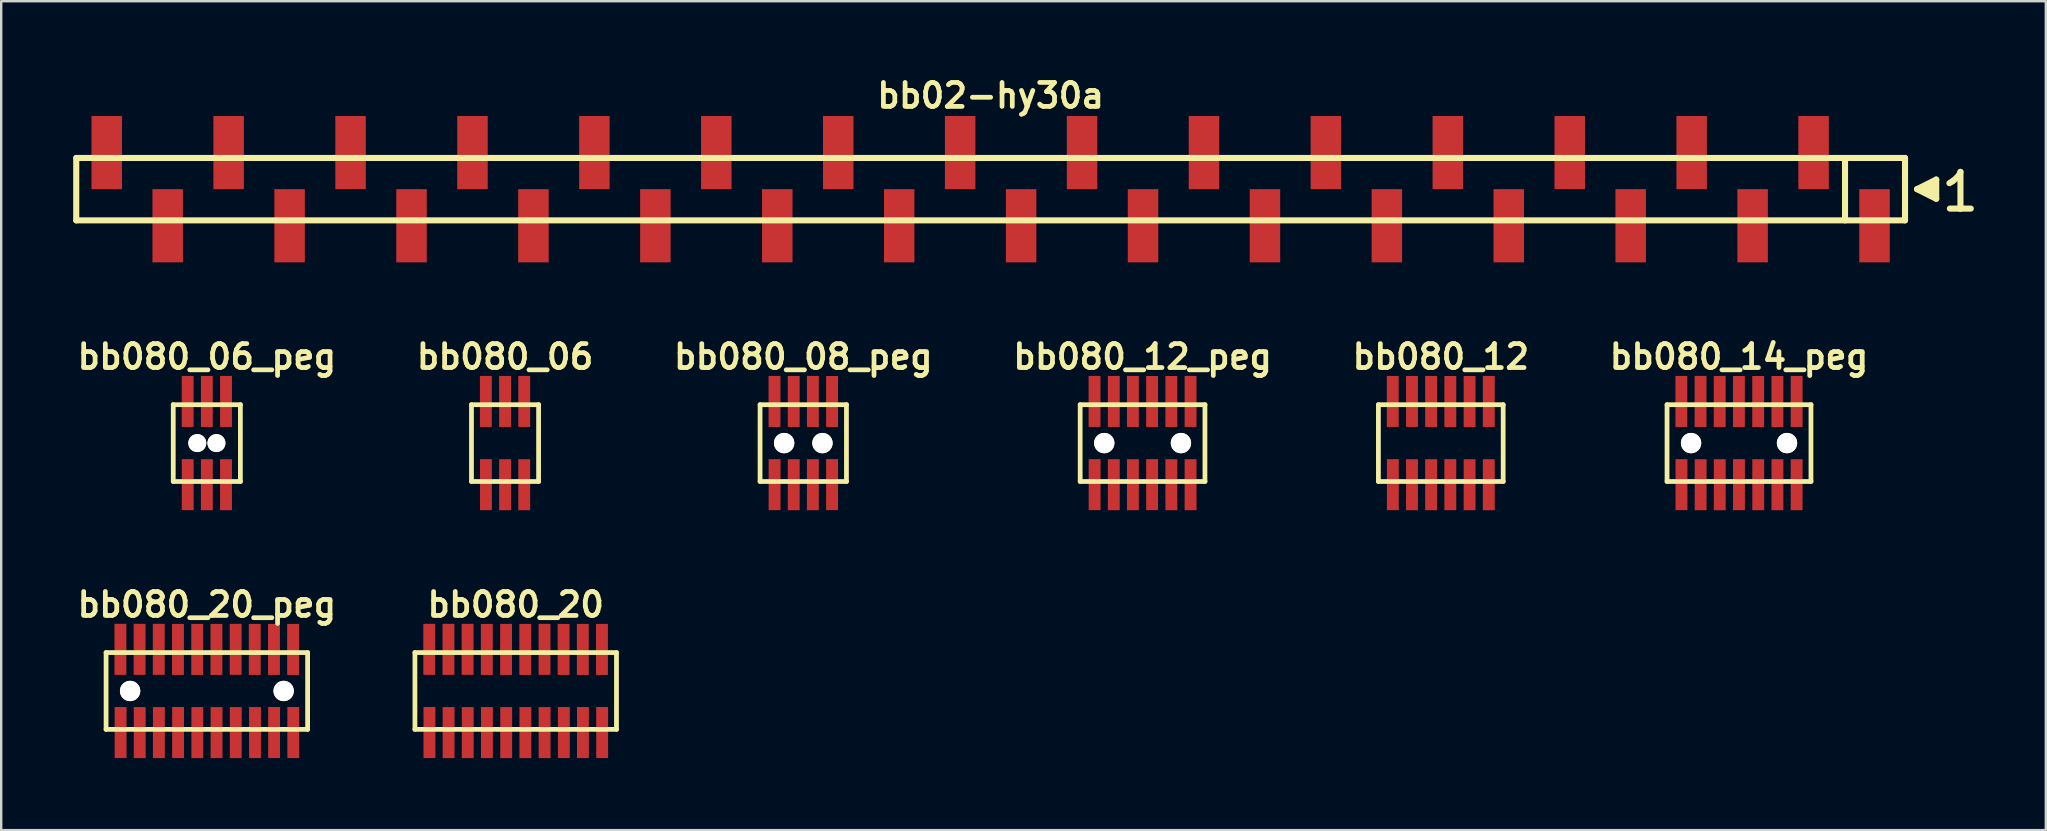
<source format=kicad_pcb>
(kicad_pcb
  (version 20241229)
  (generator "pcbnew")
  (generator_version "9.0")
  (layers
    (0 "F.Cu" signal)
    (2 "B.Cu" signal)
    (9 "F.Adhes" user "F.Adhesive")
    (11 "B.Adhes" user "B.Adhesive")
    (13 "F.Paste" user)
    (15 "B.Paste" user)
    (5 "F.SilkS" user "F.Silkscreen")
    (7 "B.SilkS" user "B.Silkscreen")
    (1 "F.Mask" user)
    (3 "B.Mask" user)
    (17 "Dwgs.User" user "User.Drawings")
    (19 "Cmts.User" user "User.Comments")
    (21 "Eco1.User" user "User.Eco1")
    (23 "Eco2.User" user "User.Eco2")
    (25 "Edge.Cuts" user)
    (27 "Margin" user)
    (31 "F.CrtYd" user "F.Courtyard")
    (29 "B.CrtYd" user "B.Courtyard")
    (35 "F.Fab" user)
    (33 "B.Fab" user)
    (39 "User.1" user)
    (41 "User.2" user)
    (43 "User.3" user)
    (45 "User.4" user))
  (footprint "bb080_20_peg"
    (layer "F.Cu")
    (at 5.569 25.741)
    (property "Reference" "bb080_20_peg" (at 0 -3.599 0) (layer "F.SilkS") (effects (font (size 0.998 0.998) (thickness 0.198))))
    (attr smd)
    (fp_line (start -4.201 -1.6) (end 4.201 -1.6) (stroke (width 0.198) (type solid)) (layer "F.SilkS"))
    (fp_line (start -4.199 -1.6) (end -4.199 1.6) (stroke (width 0.198) (type solid)) (layer "F.SilkS"))
    (fp_line (start 4.199 1.6) (end 4.199 -1.6) (stroke (width 0.198) (type solid)) (layer "F.SilkS"))
    (fp_line (start 4.201 1.6) (end -4.201 1.6) (stroke (width 0.198) (type solid)) (layer "F.SilkS"))
    (pad "" np_thru_hole circle (at -3.198 0) (size 0.848 0.848) (drill 0.848) (layers "*.Cu" "*.Mask" "F.SilkS"))
    (pad "" np_thru_hole circle (at 3.2 0) (size 0.848 0.848) (drill 0.848) (layers "*.Cu" "*.Mask" "F.SilkS"))
    (pad "1" smd rect (at -3.594 1.732) (size 0.495 2.126) (layers "F.Cu" "F.Mask" "F.Paste"))
    (pad "2" smd rect (at -3.602 -1.735) (size 0.495 2.126) (layers "F.Cu" "F.Mask" "F.Paste"))
    (pad "3" smd rect (at -2.797 1.735) (size 0.495 2.126) (layers "F.Cu" "F.Mask" "F.Paste"))
    (pad "4" smd rect (at -2.802 -1.735) (size 0.495 2.126) (layers "F.Cu" "F.Mask" "F.Paste"))
    (pad "5" smd rect (at -1.999 1.735) (size 0.495 2.126) (layers "F.Cu" "F.Mask" "F.Paste"))
    (pad "6" smd rect (at -2.004 -1.735) (size 0.495 2.126) (layers "F.Cu" "F.Mask" "F.Paste"))
    (pad "7" smd rect (at -1.199 1.732) (size 0.495 2.126) (layers "F.Cu" "F.Mask" "F.Paste"))
    (pad "8" smd rect (at -1.204 -1.732) (size 0.495 2.126) (layers "F.Cu" "F.Mask" "F.Paste"))
    (pad "9" smd rect (at -0.396 1.735) (size 0.495 2.126) (layers "F.Cu" "F.Mask" "F.Paste"))
    (pad "10" smd rect (at -0.401 -1.732) (size 0.495 2.126) (layers "F.Cu" "F.Mask" "F.Paste"))
    (pad "11" smd rect (at 0.404 1.735) (size 0.495 2.126) (layers "F.Cu" "F.Mask" "F.Paste"))
    (pad "12" smd rect (at 0.399 -1.732) (size 0.495 2.126) (layers "F.Cu" "F.Mask" "F.Paste"))
    (pad "13" smd rect (at 1.204 1.735) (size 0.495 2.126) (layers "F.Cu" "F.Mask" "F.Paste"))
    (pad "14" smd rect (at 1.201 -1.735) (size 0.495 2.126) (layers "F.Cu" "F.Mask" "F.Paste"))
    (pad "15" smd rect (at 2.007 1.732) (size 0.495 2.126) (layers "F.Cu" "F.Mask" "F.Paste"))
    (pad "16" smd rect (at 1.996 -1.732) (size 0.495 2.126) (layers "F.Cu" "F.Mask" "F.Paste"))
    (pad "17" smd rect (at 2.802 1.732) (size 0.495 2.126) (layers "F.Cu" "F.Mask" "F.Paste"))
    (pad "18" smd rect (at 2.797 -1.732) (size 0.495 2.126) (layers "F.Cu" "F.Mask" "F.Paste"))
    (pad "19" smd rect (at 3.602 1.732) (size 0.495 2.126) (layers "F.Cu" "F.Mask" "F.Paste"))
    (pad "20" smd rect (at 3.594 -1.732) (size 0.495 2.126) (layers "F.Cu" "F.Mask" "F.Paste")))
  (footprint "bb080_20"
    (layer "F.Cu")
    (at 18.438 25.741)
    (property "Reference" "bb080_20" (at 0 -3.599 0) (layer "F.SilkS") (effects (font (size 0.998 0.998) (thickness 0.198))))
    (attr smd)
    (fp_line (start -4.201 -1.6) (end 4.201 -1.6) (stroke (width 0.198) (type solid)) (layer "F.SilkS"))
    (fp_line (start -4.199 -1.6) (end -4.199 1.6) (stroke (width 0.198) (type solid)) (layer "F.SilkS"))
    (fp_line (start 4.199 1.6) (end 4.199 -1.6) (stroke (width 0.198) (type solid)) (layer "F.SilkS"))
    (fp_line (start 4.201 1.6) (end -4.201 1.6) (stroke (width 0.198) (type solid)) (layer "F.SilkS"))
    (pad "1" smd rect (at -3.594 1.732) (size 0.495 2.126) (layers "F.Cu" "F.Mask" "F.Paste"))
    (pad "2" smd rect (at -3.602 -1.735) (size 0.495 2.126) (layers "F.Cu" "F.Mask" "F.Paste"))
    (pad "3" smd rect (at -2.797 1.735) (size 0.495 2.126) (layers "F.Cu" "F.Mask" "F.Paste"))
    (pad "4" smd rect (at -2.802 -1.735) (size 0.495 2.126) (layers "F.Cu" "F.Mask" "F.Paste"))
    (pad "5" smd rect (at -1.999 1.735) (size 0.495 2.126) (layers "F.Cu" "F.Mask" "F.Paste"))
    (pad "6" smd rect (at -2.004 -1.735) (size 0.495 2.126) (layers "F.Cu" "F.Mask" "F.Paste"))
    (pad "7" smd rect (at -1.199 1.732) (size 0.495 2.126) (layers "F.Cu" "F.Mask" "F.Paste"))
    (pad "8" smd rect (at -1.204 -1.732) (size 0.495 2.126) (layers "F.Cu" "F.Mask" "F.Paste"))
    (pad "9" smd rect (at -0.396 1.735) (size 0.495 2.126) (layers "F.Cu" "F.Mask" "F.Paste"))
    (pad "10" smd rect (at -0.401 -1.732) (size 0.495 2.126) (layers "F.Cu" "F.Mask" "F.Paste"))
    (pad "11" smd rect (at 0.404 1.735) (size 0.495 2.126) (layers "F.Cu" "F.Mask" "F.Paste"))
    (pad "12" smd rect (at 0.399 -1.732) (size 0.495 2.126) (layers "F.Cu" "F.Mask" "F.Paste"))
    (pad "13" smd rect (at 1.204 1.735) (size 0.495 2.126) (layers "F.Cu" "F.Mask" "F.Paste"))
    (pad "14" smd rect (at 1.201 -1.735) (size 0.495 2.126) (layers "F.Cu" "F.Mask" "F.Paste"))
    (pad "15" smd rect (at 2.007 1.732) (size 0.495 2.126) (layers "F.Cu" "F.Mask" "F.Paste"))
    (pad "16" smd rect (at 1.996 -1.732) (size 0.495 2.126) (layers "F.Cu" "F.Mask" "F.Paste"))
    (pad "17" smd rect (at 2.802 1.732) (size 0.495 2.126) (layers "F.Cu" "F.Mask" "F.Paste"))
    (pad "18" smd rect (at 2.797 -1.732) (size 0.495 2.126) (layers "F.Cu" "F.Mask" "F.Paste"))
    (pad "19" smd rect (at 3.602 1.732) (size 0.495 2.126) (layers "F.Cu" "F.Mask" "F.Paste"))
    (pad "20" smd rect (at 3.594 -1.732) (size 0.495 2.126) (layers "F.Cu" "F.Mask" "F.Paste")))
  (footprint "bb080_06"
    (layer "F.Cu")
    (at 17.995 15.412)
    (property "Reference" "bb080_06" (at 0 -3.599 0) (layer "F.SilkS") (effects (font (size 0.998 0.998) (thickness 0.198))))
    (attr smd)
    (fp_line (start -1.4 -1.6) (end -1.4 1.6) (stroke (width 0.198) (type solid)) (layer "F.SilkS"))
    (fp_line (start -1.4 1.6) (end 1.4 1.6) (stroke (width 0.198) (type solid)) (layer "F.SilkS"))
    (fp_line (start 1.397 1.6) (end 1.397 -1.6) (stroke (width 0.198) (type solid)) (layer "F.SilkS"))
    (fp_line (start 1.4 -1.6) (end -1.4 -1.6) (stroke (width 0.198) (type solid)) (layer "F.SilkS"))
    (pad "1" smd rect (at -0.798 1.732) (size 0.495 2.126) (layers "F.Cu" "F.Mask" "F.Paste"))
    (pad "2" smd rect (at -0.8 -1.735) (size 0.495 2.126) (layers "F.Cu" "F.Mask" "F.Paste"))
    (pad "3" smd rect (at 0 1.735) (size 0.495 2.126) (layers "F.Cu" "F.Mask" "F.Paste"))
    (pad "4" smd rect (at 0 -1.735) (size 0.495 2.126) (layers "F.Cu" "F.Mask" "F.Paste"))
    (pad "5" smd rect (at 0.798 1.735) (size 0.495 2.126) (layers "F.Cu" "F.Mask" "F.Paste"))
    (pad "6" smd rect (at 0.798 -1.735) (size 0.495 2.126) (layers "F.Cu" "F.Mask" "F.Paste")))
  (footprint "bb080_12_peg"
    (layer "F.Cu")
    (at 44.559 15.412)
    (property "Reference" "bb080_12_peg" (at 0 -3.599 0) (layer "F.SilkS") (effects (font (size 0.998 0.998) (thickness 0.198))))
    (attr smd)
    (fp_line (start -2.601 -1.6) (end -2.601 1.6) (stroke (width 0.198) (type solid)) (layer "F.SilkS"))
    (fp_line (start -2.601 1.6) (end 2.601 1.6) (stroke (width 0.198) (type solid)) (layer "F.SilkS"))
    (fp_line (start 2.598 1.6) (end 2.598 -1.6) (stroke (width 0.198) (type solid)) (layer "F.SilkS"))
    (fp_line (start 2.601 -1.6) (end -2.601 -1.6) (stroke (width 0.198) (type solid)) (layer "F.SilkS"))
    (pad "" np_thru_hole circle (at -1.598 0) (size 0.848 0.848) (drill 0.848) (layers "*.Cu" "*.Mask" "F.SilkS"))
    (pad "" np_thru_hole circle (at 1.598 0) (size 0.848 0.848) (drill 0.848) (layers "*.Cu" "*.Mask" "F.SilkS"))
    (pad "1" smd rect (at -1.999 1.732) (size 0.495 2.126) (layers "F.Cu" "F.Mask" "F.Paste"))
    (pad "2" smd rect (at -2.002 -1.735) (size 0.495 2.126) (layers "F.Cu" "F.Mask" "F.Paste"))
    (pad "3" smd rect (at -1.201 1.735) (size 0.495 2.126) (layers "F.Cu" "F.Mask" "F.Paste"))
    (pad "4" smd rect (at -1.201 -1.735) (size 0.495 2.126) (layers "F.Cu" "F.Mask" "F.Paste"))
    (pad "5" smd rect (at -0.404 1.735) (size 0.495 2.126) (layers "F.Cu" "F.Mask" "F.Paste"))
    (pad "6" smd rect (at -0.404 -1.735) (size 0.495 2.126) (layers "F.Cu" "F.Mask" "F.Paste"))
    (pad "7" smd rect (at 0.396 1.732) (size 0.495 2.126) (layers "F.Cu" "F.Mask" "F.Paste"))
    (pad "8" smd rect (at 0.396 -1.732) (size 0.495 2.126) (layers "F.Cu" "F.Mask" "F.Paste"))
    (pad "9" smd rect (at 1.199 1.735) (size 0.495 2.126) (layers "F.Cu" "F.Mask" "F.Paste"))
    (pad "10" smd rect (at 1.199 -1.732) (size 0.495 2.126) (layers "F.Cu" "F.Mask" "F.Paste"))
    (pad "11" smd rect (at 1.999 1.735) (size 0.495 2.126) (layers "F.Cu" "F.Mask" "F.Paste"))
    (pad "12" smd rect (at 1.999 -1.735) (size 0.495 2.126) (layers "F.Cu" "F.Mask" "F.Paste")))
  (footprint "bb080_14_peg"
    (layer "F.Cu")
    (at 69.411 15.412)
    (property "Reference" "bb080_14_peg" (at 0 -3.599 0) (layer "F.SilkS") (effects (font (size 0.998 0.998) (thickness 0.198))))
    (attr smd)
    (fp_line (start -3 -1.6) (end -3 1.6) (stroke (width 0.198) (type solid)) (layer "F.SilkS"))
    (fp_line (start -3 1.6) (end 3 1.6) (stroke (width 0.198) (type solid)) (layer "F.SilkS"))
    (fp_line (start 2.997 1.6) (end 2.997 -1.6) (stroke (width 0.198) (type solid)) (layer "F.SilkS"))
    (fp_line (start 3 -1.6) (end -3 -1.6) (stroke (width 0.198) (type solid)) (layer "F.SilkS"))
    (pad "" np_thru_hole circle (at -1.999 0) (size 0.848 0.848) (drill 0.848) (layers "*.Cu" "*.Mask" "F.SilkS"))
    (pad "" np_thru_hole circle (at 1.999 0) (size 0.848 0.848) (drill 0.848) (layers "*.Cu" "*.Mask" "F.SilkS"))
    (pad "1" smd rect (at -2.398 1.732) (size 0.495 2.126) (layers "F.Cu" "F.Mask" "F.Paste"))
    (pad "2" smd rect (at -2.403 -1.735) (size 0.495 2.126) (layers "F.Cu" "F.Mask" "F.Paste"))
    (pad "3" smd rect (at -1.6 1.735) (size 0.495 2.126) (layers "F.Cu" "F.Mask" "F.Paste"))
    (pad "4" smd rect (at -1.603 -1.735) (size 0.495 2.126) (layers "F.Cu" "F.Mask" "F.Paste"))
    (pad "5" smd rect (at -0.803 1.735) (size 0.495 2.126) (layers "F.Cu" "F.Mask" "F.Paste"))
    (pad "6" smd rect (at -0.805 -1.735) (size 0.495 2.126) (layers "F.Cu" "F.Mask" "F.Paste"))
    (pad "7" smd rect (at -0.003 1.732) (size 0.495 2.126) (layers "F.Cu" "F.Mask" "F.Paste"))
    (pad "8" smd rect (at -0.005 -1.732) (size 0.495 2.126) (layers "F.Cu" "F.Mask" "F.Paste"))
    (pad "9" smd rect (at 0.8 1.735) (size 0.495 2.126) (layers "F.Cu" "F.Mask" "F.Paste"))
    (pad "10" smd rect (at 0.798 -1.732) (size 0.495 2.126) (layers "F.Cu" "F.Mask" "F.Paste"))
    (pad "11" smd rect (at 1.6 1.735) (size 0.495 2.126) (layers "F.Cu" "F.Mask" "F.Paste"))
    (pad "12" smd rect (at 1.598 -1.732) (size 0.495 2.126) (layers "F.Cu" "F.Mask" "F.Paste"))
    (pad "13" smd rect (at 2.4 1.735) (size 0.495 2.126) (layers "F.Cu" "F.Mask" "F.Paste"))
    (pad "14" smd rect (at 2.4 -1.735) (size 0.495 2.126) (layers "F.Cu" "F.Mask" "F.Paste")))
  (footprint "bb080_08_peg"
    (layer "F.Cu")
    (at 30.421 15.412)
    (property "Reference" "bb080_08_peg" (at 0 -3.599 0) (layer "F.SilkS") (effects (font (size 0.998 0.998) (thickness 0.198))))
    (attr smd)
    (fp_line (start -1.801 -1.6) (end -1.801 1.6) (stroke (width 0.198) (type solid)) (layer "F.SilkS"))
    (fp_line (start -1.801 -1.6) (end 1.801 -1.6) (stroke (width 0.198) (type solid)) (layer "F.SilkS"))
    (fp_line (start -1.801 1.6) (end 1.801 1.6) (stroke (width 0.198) (type solid)) (layer "F.SilkS"))
    (fp_line (start 1.798 1.6) (end 1.798 -1.6) (stroke (width 0.198) (type solid)) (layer "F.SilkS"))
    (pad "" np_thru_hole circle (at -0.798 0) (size 0.848 0.848) (drill 0.848) (layers "*.Cu" "*.Mask" "F.SilkS"))
    (pad "" np_thru_hole circle (at 0.798 0) (size 0.848 0.848) (drill 0.848) (layers "*.Cu" "*.Mask" "F.SilkS"))
    (pad "1" smd rect (at -1.196 1.732) (size 0.495 2.126) (layers "F.Cu" "F.Mask" "F.Paste"))
    (pad "2" smd rect (at -1.199 -1.735) (size 0.495 2.126) (layers "F.Cu" "F.Mask" "F.Paste"))
    (pad "3" smd rect (at -0.399 1.735) (size 0.495 2.126) (layers "F.Cu" "F.Mask" "F.Paste"))
    (pad "4" smd rect (at -0.399 -1.735) (size 0.495 2.126) (layers "F.Cu" "F.Mask" "F.Paste"))
    (pad "5" smd rect (at 0.399 1.735) (size 0.495 2.126) (layers "F.Cu" "F.Mask" "F.Paste"))
    (pad "6" smd rect (at 0.399 -1.735) (size 0.495 2.126) (layers "F.Cu" "F.Mask" "F.Paste"))
    (pad "7" smd rect (at 1.199 1.732) (size 0.495 2.126) (layers "F.Cu" "F.Mask" "F.Paste"))
    (pad "8" smd rect (at 1.199 -1.732) (size 0.495 2.126) (layers "F.Cu" "F.Mask" "F.Paste")))
  (footprint "bb080_12"
    (layer "F.Cu")
    (at 56.985 15.412)
    (property "Reference" "bb080_12" (at 0 -3.599 0) (layer "F.SilkS") (effects (font (size 0.998 0.998) (thickness 0.198))))
    (attr smd)
    (fp_line (start -2.601 -1.6) (end -2.601 1.6) (stroke (width 0.198) (type solid)) (layer "F.SilkS"))
    (fp_line (start -2.601 1.6) (end 2.601 1.6) (stroke (width 0.198) (type solid)) (layer "F.SilkS"))
    (fp_line (start 2.598 1.6) (end 2.598 -1.6) (stroke (width 0.198) (type solid)) (layer "F.SilkS"))
    (fp_line (start 2.601 -1.6) (end -2.601 -1.6) (stroke (width 0.198) (type solid)) (layer "F.SilkS"))
    (pad "1" smd rect (at -1.999 1.732) (size 0.495 2.126) (layers "F.Cu" "F.Mask" "F.Paste"))
    (pad "2" smd rect (at -2.002 -1.735) (size 0.495 2.126) (layers "F.Cu" "F.Mask" "F.Paste"))
    (pad "3" smd rect (at -1.201 1.735) (size 0.495 2.126) (layers "F.Cu" "F.Mask" "F.Paste"))
    (pad "4" smd rect (at -1.201 -1.735) (size 0.495 2.126) (layers "F.Cu" "F.Mask" "F.Paste"))
    (pad "5" smd rect (at -0.404 1.735) (size 0.495 2.126) (layers "F.Cu" "F.Mask" "F.Paste"))
    (pad "6" smd rect (at -0.404 -1.735) (size 0.495 2.126) (layers "F.Cu" "F.Mask" "F.Paste"))
    (pad "7" smd rect (at 0.396 1.732) (size 0.495 2.126) (layers "F.Cu" "F.Mask" "F.Paste"))
    (pad "8" smd rect (at 0.396 -1.732) (size 0.495 2.126) (layers "F.Cu" "F.Mask" "F.Paste"))
    (pad "9" smd rect (at 1.199 1.735) (size 0.495 2.126) (layers "F.Cu" "F.Mask" "F.Paste"))
    (pad "10" smd rect (at 1.199 -1.732) (size 0.495 2.126) (layers "F.Cu" "F.Mask" "F.Paste"))
    (pad "11" smd rect (at 1.999 1.735) (size 0.495 2.126) (layers "F.Cu" "F.Mask" "F.Paste"))
    (pad "12" smd rect (at 1.999 -1.735) (size 0.495 2.126) (layers "F.Cu" "F.Mask" "F.Paste")))
  (footprint "bb080_06_peg"
    (layer "F.Cu")
    (at 5.569 15.412)
    (property "Reference" "bb080_06_peg" (at 0 -3.599 0) (layer "F.SilkS") (effects (font (size 0.998 0.998) (thickness 0.198))))
    (attr smd)
    (fp_line (start -1.4 -1.6) (end -1.4 1.6) (stroke (width 0.198) (type solid)) (layer "F.SilkS"))
    (fp_line (start -1.4 1.6) (end 1.4 1.6) (stroke (width 0.198) (type solid)) (layer "F.SilkS"))
    (fp_line (start 1.397 1.6) (end 1.397 -1.6) (stroke (width 0.198) (type solid)) (layer "F.SilkS"))
    (fp_line (start 1.4 -1.6) (end -1.4 -1.6) (stroke (width 0.198) (type solid)) (layer "F.SilkS"))
    (pad "" np_thru_hole circle (at -0.399 0) (size 0.749 0.749) (drill 0.749) (layers "*.Cu" "*.Mask" "F.SilkS"))
    (pad "" np_thru_hole circle (at 0.399 0) (size 0.749 0.749) (drill 0.749) (layers "*.Cu" "*.Mask" "F.SilkS"))
    (pad "1" smd rect (at -0.798 1.732) (size 0.495 2.126) (layers "F.Cu" "F.Mask" "F.Paste"))
    (pad "2" smd rect (at -0.8 -1.735) (size 0.495 2.126) (layers "F.Cu" "F.Mask" "F.Paste"))
    (pad "3" smd rect (at 0 1.735) (size 0.495 2.126) (layers "F.Cu" "F.Mask" "F.Paste"))
    (pad "4" smd rect (at 0 -1.735) (size 0.495 2.126) (layers "F.Cu" "F.Mask" "F.Paste"))
    (pad "5" smd rect (at 0.798 1.735) (size 0.495 2.126) (layers "F.Cu" "F.Mask" "F.Paste"))
    (pad "6" smd rect (at 0.798 -1.735) (size 0.495 2.126) (layers "F.Cu" "F.Mask" "F.Paste")))
  (footprint "bb02-hy30a"
    (layer "F.Cu")
    (at 38.227 4.832)
    (property "Reference" "bb02-hy30a" (at 0 -3.9 0) (layer "F.SilkS") (effects (font (size 0.998 0.998) (thickness 0.198))))
    (attr smd)
    (fp_line (start -38.1 -1.3) (end 38.1 -1.3) (stroke (width 0.254) (type solid)) (layer "F.SilkS"))
    (fp_line (start -38.1 1.3) (end -38.1 -1.3) (stroke (width 0.254) (type solid)) (layer "F.SilkS"))
    (fp_line (start 35.6 1.3) (end 35.6 -1.3) (stroke (width 0.254) (type solid)) (layer "F.SilkS"))
    (fp_line (start 38.1 -1.3) (end 38.1 1.3) (stroke (width 0.254) (type solid)) (layer "F.SilkS"))
    (fp_line (start 38.1 1.3) (end -38.1 1.3) (stroke (width 0.254) (type solid)) (layer "F.SilkS"))
    (fp_line (start 38.6 0) (end 39.4 0.4) (stroke (width 0.254) (type solid)) (layer "F.SilkS"))
    (fp_line (start 38.9 0.1) (end 38.9 -0.1) (stroke (width 0.254) (type solid)) (layer "F.SilkS"))
    (fp_line (start 39 -0.1) (end 39 0.1) (stroke (width 0.254) (type solid)) (layer "F.SilkS"))
    (fp_line (start 39.1 0.2) (end 39.1 -0.2) (stroke (width 0.254) (type solid)) (layer "F.SilkS"))
    (fp_line (start 39.2 -0.2) (end 39.2 0.2) (stroke (width 0.254) (type solid)) (layer "F.SilkS"))
    (fp_line (start 39.3 0.3) (end 39.3 -0.3) (stroke (width 0.254) (type solid)) (layer "F.SilkS"))
    (fp_line (start 39.4 -0.4) (end 38.6 0) (stroke (width 0.254) (type solid)) (layer "F.SilkS"))
    (fp_line (start 39.4 0.4) (end 39.4 -0.4) (stroke (width 0.254) (type solid)) (layer "F.SilkS"))
    (fp_line (start 39.95 -0.25) (end 40.08 -0.33) (stroke (width 0.254) (type solid)) (layer "F.SilkS"))
    (fp_line (start 40.08 -0.33) (end 40.24 -0.46) (stroke (width 0.254) (type solid)) (layer "F.SilkS"))
    (fp_line (start 40.24 -0.46) (end 40.38 -0.63) (stroke (width 0.254) (type solid)) (layer "F.SilkS"))
    (fp_line (start 40.38 -0.63) (end 40.41 -0.72) (stroke (width 0.254) (type solid)) (layer "F.SilkS"))
    (fp_line (start 40.41 -0.72) (end 40.41 0.81) (stroke (width 0.254) (type solid)) (layer "F.SilkS"))
    (fp_line (start 40.41 0.81) (end 39.97 0.81) (stroke (width 0.254) (type solid)) (layer "F.SilkS"))
    (fp_line (start 40.84 0.81) (end 40.4 0.81) (stroke (width 0.254) (type solid)) (layer "F.SilkS"))
    (pad "1" smd rect (at 36.83 1.525) (size 1.27 3.05) (layers "F.Cu" "F.Mask" "F.Paste"))
    (pad "2" smd rect (at 34.29 -1.525) (size 1.27 3.05) (layers "F.Cu" "F.Mask" "F.Paste"))
    (pad "3" smd rect (at 31.75 1.525) (size 1.27 3.05) (layers "F.Cu" "F.Mask" "F.Paste"))
    (pad "4" smd rect (at 29.21 -1.525) (size 1.27 3.05) (layers "F.Cu" "F.Mask" "F.Paste"))
    (pad "5" smd rect (at 26.67 1.525) (size 1.27 3.05) (layers "F.Cu" "F.Mask" "F.Paste"))
    (pad "6" smd rect (at 24.13 -1.525) (size 1.27 3.05) (layers "F.Cu" "F.Mask" "F.Paste"))
    (pad "7" smd rect (at 21.59 1.525) (size 1.27 3.05) (layers "F.Cu" "F.Mask" "F.Paste"))
    (pad "8" smd rect (at 19.05 -1.525) (size 1.27 3.05) (layers "F.Cu" "F.Mask" "F.Paste"))
    (pad "9" smd rect (at 16.51 1.525) (size 1.27 3.05) (layers "F.Cu" "F.Mask" "F.Paste"))
    (pad "10" smd rect (at 13.97 -1.525) (size 1.27 3.05) (layers "F.Cu" "F.Mask" "F.Paste"))
    (pad "11" smd rect (at 11.43 1.525) (size 1.27 3.05) (layers "F.Cu" "F.Mask" "F.Paste"))
    (pad "12" smd rect (at 8.89 -1.525) (size 1.27 3.05) (layers "F.Cu" "F.Mask" "F.Paste"))
    (pad "13" smd rect (at 6.35 1.525) (size 1.27 3.05) (layers "F.Cu" "F.Mask" "F.Paste"))
    (pad "14" smd rect (at 3.81 -1.525) (size 1.27 3.05) (layers "F.Cu" "F.Mask" "F.Paste"))
    (pad "15" smd rect (at 1.27 1.525) (size 1.27 3.05) (layers "F.Cu" "F.Mask" "F.Paste"))
    (pad "16" smd rect (at -1.27 -1.525) (size 1.27 3.05) (layers "F.Cu" "F.Mask" "F.Paste"))
    (pad "17" smd rect (at -3.81 1.525) (size 1.27 3.05) (layers "F.Cu" "F.Mask" "F.Paste"))
    (pad "18" smd rect (at -6.35 -1.525) (size 1.27 3.05) (layers "F.Cu" "F.Mask" "F.Paste"))
    (pad "19" smd rect (at -8.89 1.525) (size 1.27 3.05) (layers "F.Cu" "F.Mask" "F.Paste"))
    (pad "20" smd rect (at -11.43 -1.525) (size 1.27 3.05) (layers "F.Cu" "F.Mask" "F.Paste"))
    (pad "21" smd rect (at -13.97 1.525) (size 1.27 3.05) (layers "F.Cu" "F.Mask" "F.Paste"))
    (pad "22" smd rect (at -16.51 -1.525) (size 1.27 3.05) (layers "F.Cu" "F.Mask" "F.Paste"))
    (pad "23" smd rect (at -19.05 1.525) (size 1.27 3.05) (layers "F.Cu" "F.Mask" "F.Paste"))
    (pad "24" smd rect (at -21.59 -1.525) (size 1.27 3.05) (layers "F.Cu" "F.Mask" "F.Paste"))
    (pad "25" smd rect (at -24.13 1.525) (size 1.27 3.05) (layers "F.Cu" "F.Mask" "F.Paste"))
    (pad "26" smd rect (at -26.67 -1.525) (size 1.27 3.05) (layers "F.Cu" "F.Mask" "F.Paste"))
    (pad "27" smd rect (at -29.21 1.525) (size 1.27 3.05) (layers "F.Cu" "F.Mask" "F.Paste"))
    (pad "28" smd rect (at -31.75 -1.525) (size 1.27 3.05) (layers "F.Cu" "F.Mask" "F.Paste"))
    (pad "29" smd rect (at -34.29 1.525) (size 1.27 3.05) (layers "F.Cu" "F.Mask" "F.Paste"))
    (pad "30" smd rect (at -36.83 -1.525) (size 1.27 3.05) (layers "F.Cu" "F.Mask" "F.Paste")))
  (gr_rect
    (start -3 -3)
    (end 82.194 31.539)
    (stroke (width 0.1) (type default))
    (fill no)
    (layer "Edge.Cuts")))
</source>
